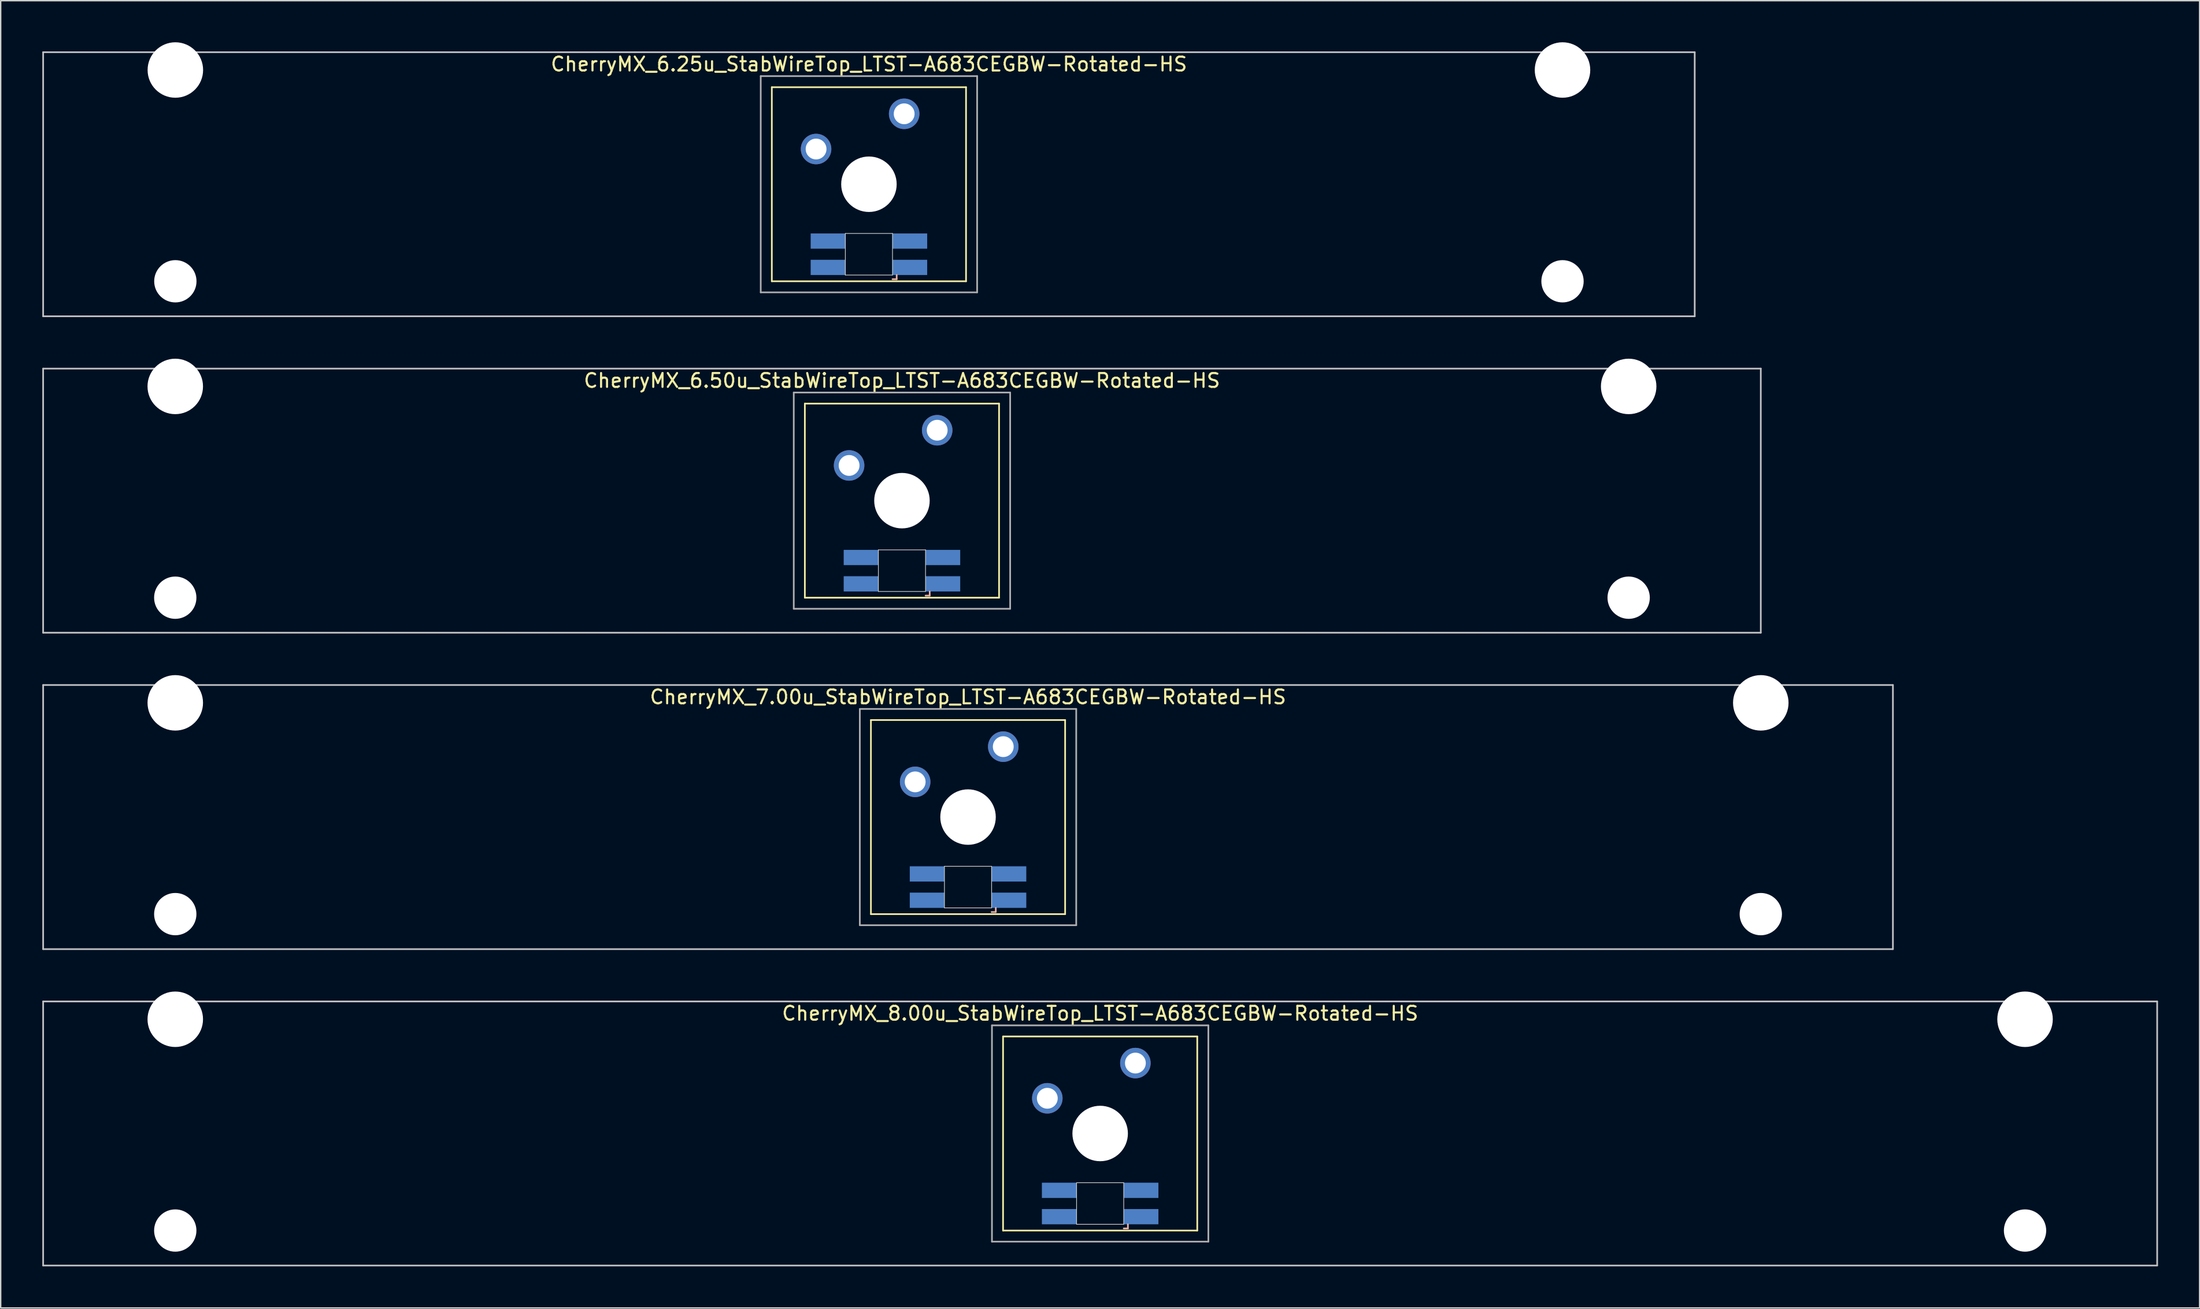
<source format=kicad_pcb>
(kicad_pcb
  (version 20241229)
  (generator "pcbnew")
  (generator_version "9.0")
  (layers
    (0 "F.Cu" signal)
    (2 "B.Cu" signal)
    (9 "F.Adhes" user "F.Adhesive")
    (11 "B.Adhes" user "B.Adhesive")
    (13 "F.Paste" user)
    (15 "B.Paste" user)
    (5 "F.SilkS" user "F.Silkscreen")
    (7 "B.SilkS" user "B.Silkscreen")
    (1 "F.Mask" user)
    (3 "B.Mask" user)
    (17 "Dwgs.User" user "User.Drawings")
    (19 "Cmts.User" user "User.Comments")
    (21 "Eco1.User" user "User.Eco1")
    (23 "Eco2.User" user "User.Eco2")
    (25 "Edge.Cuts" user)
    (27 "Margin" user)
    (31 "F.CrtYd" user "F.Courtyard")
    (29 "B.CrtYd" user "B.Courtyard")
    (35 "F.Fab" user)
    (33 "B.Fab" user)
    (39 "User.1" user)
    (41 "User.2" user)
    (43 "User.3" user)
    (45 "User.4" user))
  (footprint "CherryMX_8.00u_StabWireTop_LTST-A683CEGBW-Rotated-HS"
    (layer "F.Cu")
    (at 76.26 78.715)
    (property "Reference" "CherryMX_8.00u_StabWireTop_LTST-A683CEGBW-Rotated-HS" (at 0 -8.662 0) (layer "F.SilkS") (effects (font (size 1 1) (thickness 0.15))))
    (attr through_hole)
    (fp_line (start -7 -7) (end -7 7) (stroke (width 0.12) (type solid)) (layer "F.SilkS"))
    (fp_line (start -7 -7) (end 7 -7) (stroke (width 0.12) (type solid)) (layer "F.SilkS"))
    (fp_line (start 7 -7) (end 7 7) (stroke (width 0.12) (type solid)) (layer "F.SilkS"))
    (fp_line (start 7 7) (end -7 7) (stroke (width 0.12) (type solid)) (layer "F.SilkS"))
    (fp_line (start 1.7 6.85) (end 2 6.85) (stroke (width 0.12) (type solid)) (layer "B.SilkS"))
    (fp_line (start 2 6.85) (end 2 6.55) (stroke (width 0.12) (type solid)) (layer "B.SilkS"))
    (fp_line (start -76.2 -9.525) (end 76.2 -9.525) (stroke (width 0.12) (type solid)) (layer "Dwgs.User"))
    (fp_line (start -76.2 9.525) (end -76.2 -9.525) (stroke (width 0.12) (type solid)) (layer "Dwgs.User"))
    (fp_line (start 76.2 -9.525) (end 76.2 9.525) (stroke (width 0.12) (type solid)) (layer "Dwgs.User"))
    (fp_line (start 76.2 9.525) (end -76.2 9.525) (stroke (width 0.12) (type solid)) (layer "Dwgs.User"))
    (fp_line (start -1.7 3.55) (end 1.7 3.55) (stroke (width 0.05) (type solid)) (layer "Edge.Cuts"))
    (fp_line (start -1.7 6.55) (end -1.7 3.55) (stroke (width 0.05) (type solid)) (layer "Edge.Cuts"))
    (fp_line (start 1.7 3.55) (end 1.7 6.55) (stroke (width 0.05) (type solid)) (layer "Edge.Cuts"))
    (fp_line (start 1.7 6.55) (end -1.7 6.55) (stroke (width 0.05) (type solid)) (layer "Edge.Cuts"))
    (fp_line (start -7.8 -7.8) (end -7.8 7.8) (stroke (width 0.12) (type solid)) (layer "F.Fab"))
    (fp_line (start -7.8 -7.8) (end 7.8 -7.8) (stroke (width 0.12) (type solid)) (layer "F.Fab"))
    (fp_line (start -7.8 7.8) (end 7.8 7.8) (stroke (width 0.12) (type solid)) (layer "F.Fab"))
    (fp_line (start 7.8 -7.8) (end 7.8 7.8) (stroke (width 0.12) (type solid)) (layer "F.Fab"))
    (pad "" np_thru_hole circle (at -66.675 -8.24) (size 4 4) (drill 4) (layers "*.Cu" "*.Mask"))
    (pad "" np_thru_hole circle (at -66.675 7) (size 3.05 3.05) (drill 3.05) (layers "*.Cu" "*.Mask"))
    (pad "" np_thru_hole circle (at 0 0) (size 4 4) (drill 4) (layers "*.Cu" "*.Mask"))
    (pad "" np_thru_hole circle (at 66.675 -8.24) (size 4 4) (drill 4) (layers "*.Cu" "*.Mask"))
    (pad "" np_thru_hole circle (at 66.675 7) (size 3.05 3.05) (drill 3.05) (layers "*.Cu" "*.Mask"))
    (pad "1" thru_hole circle (at -3.81 -2.54) (size 2.2 2.2) (drill 1.5) (layers "*.Cu" "*.Mask"))
    (pad "2" thru_hole circle (at 2.54 -5.08) (size 2.2 2.2) (drill 1.5) (layers "*.Cu" "*.Mask"))
    (pad "3" smd rect (at 2.95 6) (size 2.5 1.1) (layers "B.Cu" "B.Mask" "B.Paste"))
    (pad "4" smd rect (at 2.95 4.1) (size 2.5 1.1) (layers "B.Cu" "B.Mask" "B.Paste"))
    (pad "5" smd rect (at -2.95 6) (size 2.5 1.1) (layers "B.Cu" "B.Mask" "B.Paste"))
    (pad "6" smd rect (at -2.95 4.1) (size 2.5 1.1) (layers "B.Cu" "B.Mask" "B.Paste")))
  (footprint "CherryMX_7.00u_StabWireTop_LTST-A683CEGBW-Rotated-HS"
    (layer "F.Cu")
    (at 66.735 55.89)
    (property "Reference" "CherryMX_7.00u_StabWireTop_LTST-A683CEGBW-Rotated-HS" (at 0 -8.662 0) (layer "F.SilkS") (effects (font (size 1 1) (thickness 0.15))))
    (attr through_hole)
    (fp_line (start -7 -7) (end -7 7) (stroke (width 0.12) (type solid)) (layer "F.SilkS"))
    (fp_line (start -7 -7) (end 7 -7) (stroke (width 0.12) (type solid)) (layer "F.SilkS"))
    (fp_line (start 7 -7) (end 7 7) (stroke (width 0.12) (type solid)) (layer "F.SilkS"))
    (fp_line (start 7 7) (end -7 7) (stroke (width 0.12) (type solid)) (layer "F.SilkS"))
    (fp_line (start 1.7 6.85) (end 2 6.85) (stroke (width 0.12) (type solid)) (layer "B.SilkS"))
    (fp_line (start 2 6.85) (end 2 6.55) (stroke (width 0.12) (type solid)) (layer "B.SilkS"))
    (fp_line (start -66.675 -9.525) (end 66.675 -9.525) (stroke (width 0.12) (type solid)) (layer "Dwgs.User"))
    (fp_line (start -66.675 9.525) (end -66.675 -9.525) (stroke (width 0.12) (type solid)) (layer "Dwgs.User"))
    (fp_line (start 66.675 -9.525) (end 66.675 9.525) (stroke (width 0.12) (type solid)) (layer "Dwgs.User"))
    (fp_line (start 66.675 9.525) (end -66.675 9.525) (stroke (width 0.12) (type solid)) (layer "Dwgs.User"))
    (fp_line (start -1.7 3.55) (end 1.7 3.55) (stroke (width 0.05) (type solid)) (layer "Edge.Cuts"))
    (fp_line (start -1.7 6.55) (end -1.7 3.55) (stroke (width 0.05) (type solid)) (layer "Edge.Cuts"))
    (fp_line (start 1.7 3.55) (end 1.7 6.55) (stroke (width 0.05) (type solid)) (layer "Edge.Cuts"))
    (fp_line (start 1.7 6.55) (end -1.7 6.55) (stroke (width 0.05) (type solid)) (layer "Edge.Cuts"))
    (fp_line (start -7.8 -7.8) (end -7.8 7.8) (stroke (width 0.12) (type solid)) (layer "F.Fab"))
    (fp_line (start -7.8 -7.8) (end 7.8 -7.8) (stroke (width 0.12) (type solid)) (layer "F.Fab"))
    (fp_line (start -7.8 7.8) (end 7.8 7.8) (stroke (width 0.12) (type solid)) (layer "F.Fab"))
    (fp_line (start 7.8 -7.8) (end 7.8 7.8) (stroke (width 0.12) (type solid)) (layer "F.Fab"))
    (pad "" np_thru_hole circle (at -57.15 -8.24) (size 4 4) (drill 4) (layers "*.Cu" "*.Mask"))
    (pad "" np_thru_hole circle (at -57.15 7) (size 3.05 3.05) (drill 3.05) (layers "*.Cu" "*.Mask"))
    (pad "" np_thru_hole circle (at 0 0) (size 4 4) (drill 4) (layers "*.Cu" "*.Mask"))
    (pad "" np_thru_hole circle (at 57.15 -8.24) (size 4 4) (drill 4) (layers "*.Cu" "*.Mask"))
    (pad "" np_thru_hole circle (at 57.15 7) (size 3.05 3.05) (drill 3.05) (layers "*.Cu" "*.Mask"))
    (pad "1" thru_hole circle (at -3.81 -2.54) (size 2.2 2.2) (drill 1.5) (layers "*.Cu" "*.Mask"))
    (pad "2" thru_hole circle (at 2.54 -5.08) (size 2.2 2.2) (drill 1.5) (layers "*.Cu" "*.Mask"))
    (pad "3" smd rect (at 2.95 6) (size 2.5 1.1) (layers "B.Cu" "B.Mask" "B.Paste"))
    (pad "4" smd rect (at 2.95 4.1) (size 2.5 1.1) (layers "B.Cu" "B.Mask" "B.Paste"))
    (pad "5" smd rect (at -2.95 6) (size 2.5 1.1) (layers "B.Cu" "B.Mask" "B.Paste"))
    (pad "6" smd rect (at -2.95 4.1) (size 2.5 1.1) (layers "B.Cu" "B.Mask" "B.Paste")))
  (footprint "CherryMX_6.25u_StabWireTop_LTST-A683CEGBW-Rotated-HS"
    (layer "F.Cu")
    (at 59.591 10.24)
    (property "Reference" "CherryMX_6.25u_StabWireTop_LTST-A683CEGBW-Rotated-HS" (at 0 -8.662 0) (layer "F.SilkS") (effects (font (size 1 1) (thickness 0.15))))
    (attr through_hole)
    (fp_line (start -7 -7) (end -7 7) (stroke (width 0.12) (type solid)) (layer "F.SilkS"))
    (fp_line (start -7 -7) (end 7 -7) (stroke (width 0.12) (type solid)) (layer "F.SilkS"))
    (fp_line (start 7 -7) (end 7 7) (stroke (width 0.12) (type solid)) (layer "F.SilkS"))
    (fp_line (start 7 7) (end -7 7) (stroke (width 0.12) (type solid)) (layer "F.SilkS"))
    (fp_line (start 1.7 6.85) (end 2 6.85) (stroke (width 0.12) (type solid)) (layer "B.SilkS"))
    (fp_line (start 2 6.85) (end 2 6.55) (stroke (width 0.12) (type solid)) (layer "B.SilkS"))
    (fp_line (start -59.531 -9.525) (end 59.531 -9.525) (stroke (width 0.12) (type solid)) (layer "Dwgs.User"))
    (fp_line (start -59.531 9.525) (end -59.531 -9.525) (stroke (width 0.12) (type solid)) (layer "Dwgs.User"))
    (fp_line (start 59.531 -9.525) (end 59.531 9.525) (stroke (width 0.12) (type solid)) (layer "Dwgs.User"))
    (fp_line (start 59.531 9.525) (end -59.531 9.525) (stroke (width 0.12) (type solid)) (layer "Dwgs.User"))
    (fp_line (start -1.7 3.55) (end 1.7 3.55) (stroke (width 0.05) (type solid)) (layer "Edge.Cuts"))
    (fp_line (start -1.7 6.55) (end -1.7 3.55) (stroke (width 0.05) (type solid)) (layer "Edge.Cuts"))
    (fp_line (start 1.7 3.55) (end 1.7 6.55) (stroke (width 0.05) (type solid)) (layer "Edge.Cuts"))
    (fp_line (start 1.7 6.55) (end -1.7 6.55) (stroke (width 0.05) (type solid)) (layer "Edge.Cuts"))
    (fp_line (start -7.8 -7.8) (end -7.8 7.8) (stroke (width 0.12) (type solid)) (layer "F.Fab"))
    (fp_line (start -7.8 -7.8) (end 7.8 -7.8) (stroke (width 0.12) (type solid)) (layer "F.Fab"))
    (fp_line (start -7.8 7.8) (end 7.8 7.8) (stroke (width 0.12) (type solid)) (layer "F.Fab"))
    (fp_line (start 7.8 -7.8) (end 7.8 7.8) (stroke (width 0.12) (type solid)) (layer "F.Fab"))
    (pad "" np_thru_hole circle (at -50 -8.24) (size 4 4) (drill 4) (layers "*.Cu" "*.Mask"))
    (pad "" np_thru_hole circle (at -50 7) (size 3.05 3.05) (drill 3.05) (layers "*.Cu" "*.Mask"))
    (pad "" np_thru_hole circle (at 0 0) (size 4 4) (drill 4) (layers "*.Cu" "*.Mask"))
    (pad "" np_thru_hole circle (at 50 -8.24) (size 4 4) (drill 4) (layers "*.Cu" "*.Mask"))
    (pad "" np_thru_hole circle (at 50 7) (size 3.05 3.05) (drill 3.05) (layers "*.Cu" "*.Mask"))
    (pad "1" thru_hole circle (at -3.81 -2.54) (size 2.2 2.2) (drill 1.5) (layers "*.Cu" "*.Mask"))
    (pad "2" thru_hole circle (at 2.54 -5.08) (size 2.2 2.2) (drill 1.5) (layers "*.Cu" "*.Mask"))
    (pad "3" smd rect (at 2.95 6) (size 2.5 1.1) (layers "B.Cu" "B.Mask" "B.Paste"))
    (pad "4" smd rect (at 2.95 4.1) (size 2.5 1.1) (layers "B.Cu" "B.Mask" "B.Paste"))
    (pad "5" smd rect (at -2.95 6) (size 2.5 1.1) (layers "B.Cu" "B.Mask" "B.Paste"))
    (pad "6" smd rect (at -2.95 4.1) (size 2.5 1.1) (layers "B.Cu" "B.Mask" "B.Paste")))
  (footprint "CherryMX_6.50u_StabWireTop_LTST-A683CEGBW-Rotated-HS"
    (layer "F.Cu")
    (at 61.972 33.065)
    (property "Reference" "CherryMX_6.50u_StabWireTop_LTST-A683CEGBW-Rotated-HS" (at 0 -8.662 0) (layer "F.SilkS") (effects (font (size 1 1) (thickness 0.15))))
    (attr through_hole)
    (fp_line (start -7 -7) (end -7 7) (stroke (width 0.12) (type solid)) (layer "F.SilkS"))
    (fp_line (start -7 -7) (end 7 -7) (stroke (width 0.12) (type solid)) (layer "F.SilkS"))
    (fp_line (start 7 -7) (end 7 7) (stroke (width 0.12) (type solid)) (layer "F.SilkS"))
    (fp_line (start 7 7) (end -7 7) (stroke (width 0.12) (type solid)) (layer "F.SilkS"))
    (fp_line (start 1.7 6.85) (end 2 6.85) (stroke (width 0.12) (type solid)) (layer "B.SilkS"))
    (fp_line (start 2 6.85) (end 2 6.55) (stroke (width 0.12) (type solid)) (layer "B.SilkS"))
    (fp_line (start -61.913 -9.525) (end 61.913 -9.525) (stroke (width 0.12) (type solid)) (layer "Dwgs.User"))
    (fp_line (start -61.913 9.525) (end -61.913 -9.525) (stroke (width 0.12) (type solid)) (layer "Dwgs.User"))
    (fp_line (start 61.913 -9.525) (end 61.913 9.525) (stroke (width 0.12) (type solid)) (layer "Dwgs.User"))
    (fp_line (start 61.913 9.525) (end -61.913 9.525) (stroke (width 0.12) (type solid)) (layer "Dwgs.User"))
    (fp_line (start -1.7 3.55) (end 1.7 3.55) (stroke (width 0.05) (type solid)) (layer "Edge.Cuts"))
    (fp_line (start -1.7 6.55) (end -1.7 3.55) (stroke (width 0.05) (type solid)) (layer "Edge.Cuts"))
    (fp_line (start 1.7 3.55) (end 1.7 6.55) (stroke (width 0.05) (type solid)) (layer "Edge.Cuts"))
    (fp_line (start 1.7 6.55) (end -1.7 6.55) (stroke (width 0.05) (type solid)) (layer "Edge.Cuts"))
    (fp_line (start -7.8 -7.8) (end -7.8 7.8) (stroke (width 0.12) (type solid)) (layer "F.Fab"))
    (fp_line (start -7.8 -7.8) (end 7.8 -7.8) (stroke (width 0.12) (type solid)) (layer "F.Fab"))
    (fp_line (start -7.8 7.8) (end 7.8 7.8) (stroke (width 0.12) (type solid)) (layer "F.Fab"))
    (fp_line (start 7.8 -7.8) (end 7.8 7.8) (stroke (width 0.12) (type solid)) (layer "F.Fab"))
    (pad "" np_thru_hole circle (at -52.388 -8.24) (size 4 4) (drill 4) (layers "*.Cu" "*.Mask"))
    (pad "" np_thru_hole circle (at -52.388 7) (size 3.05 3.05) (drill 3.05) (layers "*.Cu" "*.Mask"))
    (pad "" np_thru_hole circle (at 0 0) (size 4 4) (drill 4) (layers "*.Cu" "*.Mask"))
    (pad "" np_thru_hole circle (at 52.388 -8.24) (size 4 4) (drill 4) (layers "*.Cu" "*.Mask"))
    (pad "" np_thru_hole circle (at 52.388 7) (size 3.05 3.05) (drill 3.05) (layers "*.Cu" "*.Mask"))
    (pad "1" thru_hole circle (at -3.81 -2.54) (size 2.2 2.2) (drill 1.5) (layers "*.Cu" "*.Mask"))
    (pad "2" thru_hole circle (at 2.54 -5.08) (size 2.2 2.2) (drill 1.5) (layers "*.Cu" "*.Mask"))
    (pad "3" smd rect (at 2.95 6) (size 2.5 1.1) (layers "B.Cu" "B.Mask" "B.Paste"))
    (pad "4" smd rect (at 2.95 4.1) (size 2.5 1.1) (layers "B.Cu" "B.Mask" "B.Paste"))
    (pad "5" smd rect (at -2.95 6) (size 2.5 1.1) (layers "B.Cu" "B.Mask" "B.Paste"))
    (pad "6" smd rect (at -2.95 4.1) (size 2.5 1.1) (layers "B.Cu" "B.Mask" "B.Paste")))
  (gr_rect
    (start -3 -3)
    (end 155.52 91.3)
    (stroke (width 0.1) (type default))
    (fill no)
    (layer "Edge.Cuts")))
</source>
